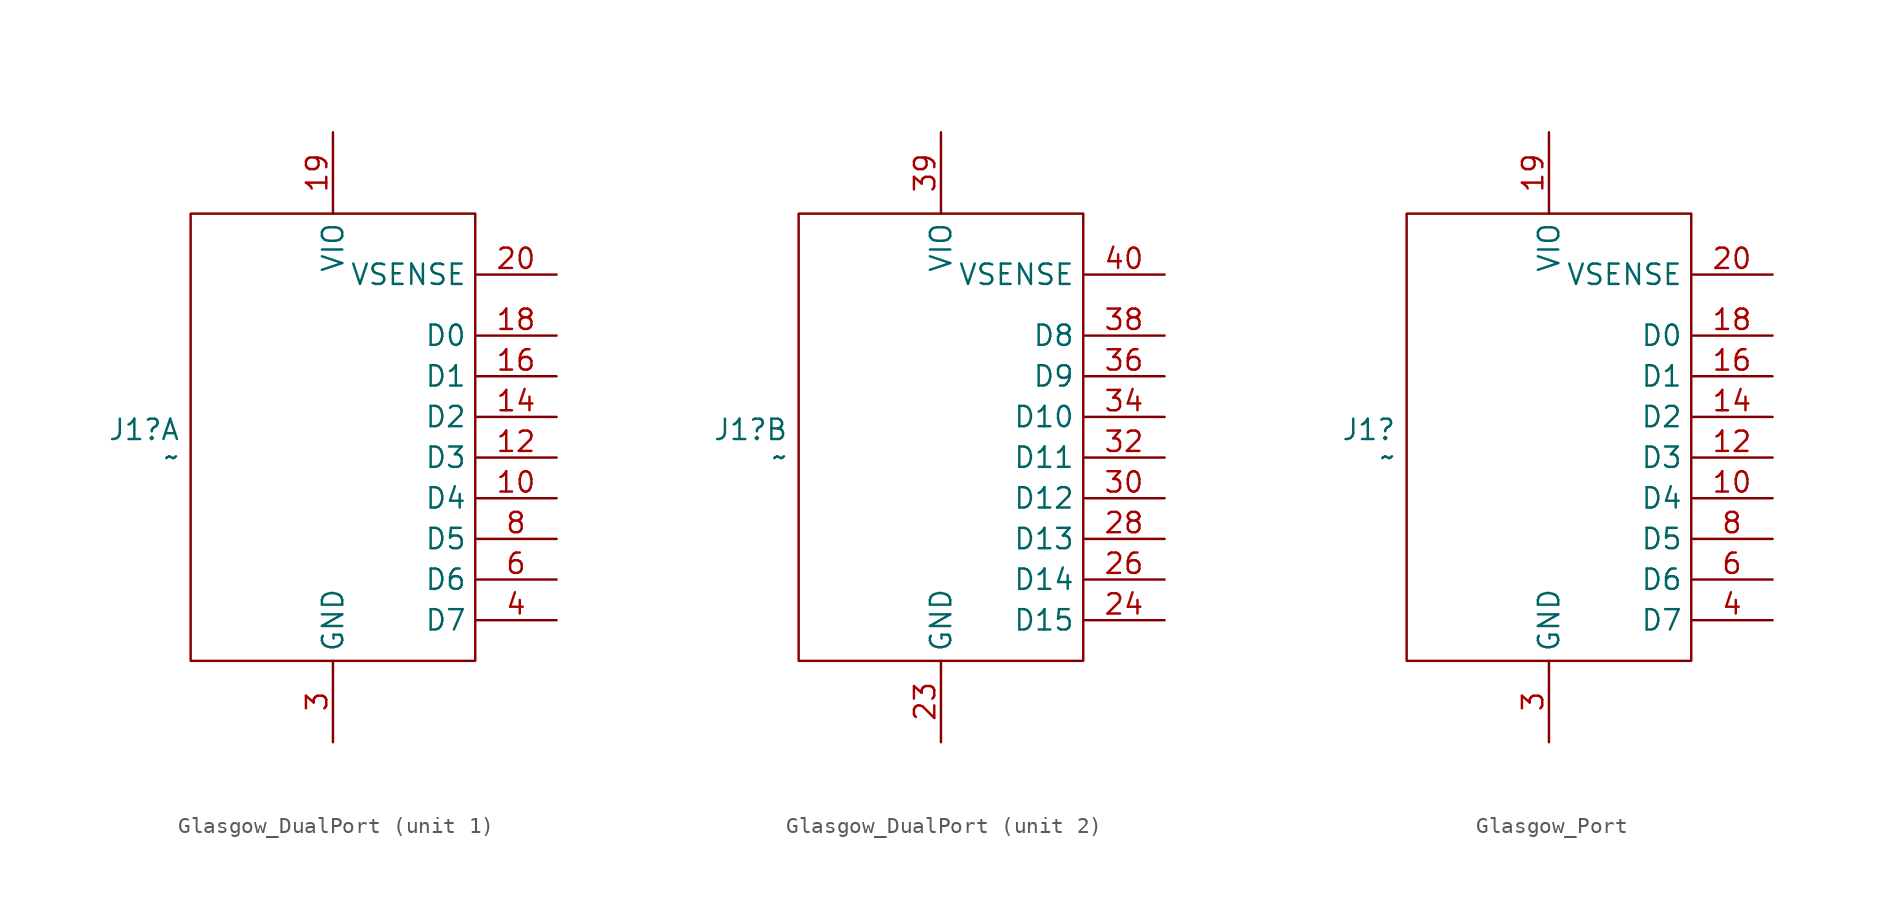
<source format=kicad_sym>
(kicad_symbol_lib
  (version 20231120)
  (generator "kicad_symbol_editor")
  (generator_version "8.0")
  (symbol "Glasgow_DualPort"
    (property "Reference" "J1"
      (at -9.525 0.469 0)
      (effects (font (size 1.27 1.27)) (justify right)))
    (property "Value" "~"
      (at -9.525 -1.212 0)
      (effects (font (size 1.27 1.27)) (justify right)))
    (symbol "Glasgow_DualPort_0_1"
      (rectangle (start -8.89 13.97) (end 8.89 -13.97) (stroke (width 0) (type default)) (fill (type none))))
    (symbol "Glasgow_DualPort_1_1"
      (pin no_connect line (at -13.97 -6.35 0) (length 5.08) hide (name "NC" (effects (font (size 1.27 1.27)))) (number "1" (effects (font (size 1.27 1.27)))))
      (pin bidirectional line (at 13.97 -3.81 180) (length 5.08) (name "D4" (effects (font (size 1.27 1.27)))) (number "10" (effects (font (size 1.27 1.27)))))
      (pin power_out line (at 0 -19.05 90) (length 5.08) hide (name "GND" (effects (font (size 1.27 1.27)))) (number "11" (effects (font (size 1.27 1.27)))))
      (pin bidirectional line (at 13.97 -1.27 180) (length 5.08) (name "D3" (effects (font (size 1.27 1.27)))) (number "12" (effects (font (size 1.27 1.27)))))
      (pin power_out line (at 0 -19.05 90) (length 5.08) hide (name "GND" (effects (font (size 1.27 1.27)))) (number "13" (effects (font (size 1.27 1.27)))))
      (pin bidirectional line (at 13.97 1.27 180) (length 5.08) (name "D2" (effects (font (size 1.27 1.27)))) (number "14" (effects (font (size 1.27 1.27)))))
      (pin power_out line (at 0 -19.05 90) (length 5.08) hide (name "GND" (effects (font (size 1.27 1.27)))) (number "15" (effects (font (size 1.27 1.27)))))
      (pin bidirectional line (at 13.97 3.81 180) (length 5.08) (name "D1" (effects (font (size 1.27 1.27)))) (number "16" (effects (font (size 1.27 1.27)))))
      (pin power_out line (at 0 -19.05 90) (length 5.08) hide (name "GND" (effects (font (size 1.27 1.27)))) (number "17" (effects (font (size 1.27 1.27)))))
      (pin bidirectional line (at 13.97 6.35 180) (length 5.08) (name "D0" (effects (font (size 1.27 1.27)))) (number "18" (effects (font (size 1.27 1.27)))))
      (pin power_out line (at 0 19.05 270) (length 5.08) (name "VIO" (effects (font (size 1.27 1.27)))) (number "19" (effects (font (size 1.27 1.27)))))
      (pin no_connect line (at -13.97 -8.89 0) (length 5.08) hide (name "NC" (effects (font (size 1.27 1.27)))) (number "2" (effects (font (size 1.27 1.27)))))
      (pin passive line (at 13.97 10.16 180) (length 5.08) (name "VSENSE" (effects (font (size 1.27 1.27)))) (number "20" (effects (font (size 1.27 1.27)))))
      (pin power_out line (at 0 -19.05 90) (length 5.08) (name "GND" (effects (font (size 1.27 1.27)))) (number "3" (effects (font (size 1.27 1.27)))))
      (pin bidirectional line (at 13.97 -11.43 180) (length 5.08) (name "D7" (effects (font (size 1.27 1.27)))) (number "4" (effects (font (size 1.27 1.27)))))
      (pin power_out line (at 0 -19.05 90) (length 5.08) hide (name "GND" (effects (font (size 1.27 1.27)))) (number "5" (effects (font (size 1.27 1.27)))))
      (pin bidirectional line (at 13.97 -8.89 180) (length 5.08) (name "D6" (effects (font (size 1.27 1.27)))) (number "6" (effects (font (size 1.27 1.27)))))
      (pin power_out line (at 0 -19.05 90) (length 5.08) hide (name "GND" (effects (font (size 1.27 1.27)))) (number "7" (effects (font (size 1.27 1.27)))))
      (pin bidirectional line (at 13.97 -6.35 180) (length 5.08) (name "D5" (effects (font (size 1.27 1.27)))) (number "8" (effects (font (size 1.27 1.27)))))
      (pin power_out line (at 0 -19.05 90) (length 5.08) hide (name "GND" (effects (font (size 1.27 1.27)))) (number "9" (effects (font (size 1.27 1.27))))))
    (symbol "Glasgow_DualPort_2_1"
      (pin no_connect line (at -13.97 -6.35 0) (length 5.08) hide (name "NC" (effects (font (size 1.27 1.27)))) (number "21" (effects (font (size 1.27 1.27)))))
      (pin no_connect line (at -13.97 -8.89 0) (length 5.08) hide (name "NC" (effects (font (size 1.27 1.27)))) (number "22" (effects (font (size 1.27 1.27)))))
      (pin power_out line (at 0 -19.05 90) (length 5.08) (name "GND" (effects (font (size 1.27 1.27)))) (number "23" (effects (font (size 1.27 1.27)))))
      (pin bidirectional line (at 13.97 -11.43 180) (length 5.08) (name "D15" (effects (font (size 1.27 1.27)))) (number "24" (effects (font (size 1.27 1.27)))))
      (pin power_out line (at 0 -19.05 90) (length 5.08) hide (name "GND" (effects (font (size 1.27 1.27)))) (number "25" (effects (font (size 1.27 1.27)))))
      (pin bidirectional line (at 13.97 -8.89 180) (length 5.08) (name "D14" (effects (font (size 1.27 1.27)))) (number "26" (effects (font (size 1.27 1.27)))))
      (pin power_out line (at 0 -19.05 90) (length 5.08) hide (name "GND" (effects (font (size 1.27 1.27)))) (number "27" (effects (font (size 1.27 1.27)))))
      (pin bidirectional line (at 13.97 -6.35 180) (length 5.08) (name "D13" (effects (font (size 1.27 1.27)))) (number "28" (effects (font (size 1.27 1.27)))))
      (pin power_out line (at 0 -19.05 90) (length 5.08) hide (name "GND" (effects (font (size 1.27 1.27)))) (number "29" (effects (font (size 1.27 1.27)))))
      (pin bidirectional line (at 13.97 -3.81 180) (length 5.08) (name "D12" (effects (font (size 1.27 1.27)))) (number "30" (effects (font (size 1.27 1.27)))))
      (pin power_out line (at 0 -19.05 90) (length 5.08) hide (name "GND" (effects (font (size 1.27 1.27)))) (number "31" (effects (font (size 1.27 1.27)))))
      (pin bidirectional line (at 13.97 -1.27 180) (length 5.08) (name "D11" (effects (font (size 1.27 1.27)))) (number "32" (effects (font (size 1.27 1.27)))))
      (pin power_out line (at 0 -19.05 90) (length 5.08) hide (name "GND" (effects (font (size 1.27 1.27)))) (number "33" (effects (font (size 1.27 1.27)))))
      (pin bidirectional line (at 13.97 1.27 180) (length 5.08) (name "D10" (effects (font (size 1.27 1.27)))) (number "34" (effects (font (size 1.27 1.27)))))
      (pin power_out line (at 0 -19.05 90) (length 5.08) hide (name "GND" (effects (font (size 1.27 1.27)))) (number "35" (effects (font (size 1.27 1.27)))))
      (pin bidirectional line (at 13.97 3.81 180) (length 5.08) (name "D9" (effects (font (size 1.27 1.27)))) (number "36" (effects (font (size 1.27 1.27)))))
      (pin power_out line (at 0 -19.05 90) (length 5.08) hide (name "GND" (effects (font (size 1.27 1.27)))) (number "37" (effects (font (size 1.27 1.27)))))
      (pin bidirectional line (at 13.97 6.35 180) (length 5.08) (name "D8" (effects (font (size 1.27 1.27)))) (number "38" (effects (font (size 1.27 1.27)))))
      (pin power_out line (at 0 19.05 270) (length 5.08) (name "VIO" (effects (font (size 1.27 1.27)))) (number "39" (effects (font (size 1.27 1.27)))))
      (pin passive line (at 13.97 10.16 180) (length 5.08) (name "VSENSE" (effects (font (size 1.27 1.27)))) (number "40" (effects (font (size 1.27 1.27)))))))
  (symbol "Glasgow_Port"
    (property "Reference" "J1"
      (at -9.525 0.469 0)
      (effects (font (size 1.27 1.27)) (justify right)))
    (property "Value" "~"
      (at -9.525 -1.212 0)
      (effects (font (size 1.27 1.27)) (justify right)))
    (symbol "Glasgow_Port_0_1"
      (rectangle (start 8.89 13.97) (end -8.89 -13.97) (stroke (width 0) (type default)) (fill (type none))))
    (symbol "Glasgow_Port_1_1"
      (pin no_connect line (at -13.97 -6.35 0) (length 5.08) hide (name "NC" (effects (font (size 1.27 1.27)))) (number "1" (effects (font (size 1.27 1.27)))))
      (pin bidirectional line (at 13.97 -3.81 180) (length 5.08) (name "D4" (effects (font (size 1.27 1.27)))) (number "10" (effects (font (size 1.27 1.27)))))
      (pin power_out line (at 0 -19.05 90) (length 5.08) hide (name "GND" (effects (font (size 1.27 1.27)))) (number "11" (effects (font (size 1.27 1.27)))))
      (pin bidirectional line (at 13.97 -1.27 180) (length 5.08) (name "D3" (effects (font (size 1.27 1.27)))) (number "12" (effects (font (size 1.27 1.27)))))
      (pin power_out line (at 0 -19.05 90) (length 5.08) hide (name "GND" (effects (font (size 1.27 1.27)))) (number "13" (effects (font (size 1.27 1.27)))))
      (pin bidirectional line (at 13.97 1.27 180) (length 5.08) (name "D2" (effects (font (size 1.27 1.27)))) (number "14" (effects (font (size 1.27 1.27)))))
      (pin power_out line (at 0 -19.05 90) (length 5.08) hide (name "GND" (effects (font (size 1.27 1.27)))) (number "15" (effects (font (size 1.27 1.27)))))
      (pin bidirectional line (at 13.97 3.81 180) (length 5.08) (name "D1" (effects (font (size 1.27 1.27)))) (number "16" (effects (font (size 1.27 1.27)))))
      (pin power_out line (at 0 -19.05 90) (length 5.08) hide (name "GND" (effects (font (size 1.27 1.27)))) (number "17" (effects (font (size 1.27 1.27)))))
      (pin bidirectional line (at 13.97 6.35 180) (length 5.08) (name "D0" (effects (font (size 1.27 1.27)))) (number "18" (effects (font (size 1.27 1.27)))))
      (pin power_out line (at 0 19.05 270) (length 5.08) (name "VIO" (effects (font (size 1.27 1.27)))) (number "19" (effects (font (size 1.27 1.27)))))
      (pin no_connect line (at -13.97 -8.89 0) (length 5.08) hide (name "NC" (effects (font (size 1.27 1.27)))) (number "2" (effects (font (size 1.27 1.27)))))
      (pin passive line (at 13.97 10.16 180) (length 5.08) (name "VSENSE" (effects (font (size 1.27 1.27)))) (number "20" (effects (font (size 1.27 1.27)))))
      (pin power_out line (at 0 -19.05 90) (length 5.08) (name "GND" (effects (font (size 1.27 1.27)))) (number "3" (effects (font (size 1.27 1.27)))))
      (pin bidirectional line (at 13.97 -11.43 180) (length 5.08) (name "D7" (effects (font (size 1.27 1.27)))) (number "4" (effects (font (size 1.27 1.27)))))
      (pin power_out line (at 0 -19.05 90) (length 5.08) hide (name "GND" (effects (font (size 1.27 1.27)))) (number "5" (effects (font (size 1.27 1.27)))))
      (pin bidirectional line (at 13.97 -8.89 180) (length 5.08) (name "D6" (effects (font (size 1.27 1.27)))) (number "6" (effects (font (size 1.27 1.27)))))
      (pin power_out line (at 0 -19.05 90) (length 5.08) hide (name "GND" (effects (font (size 1.27 1.27)))) (number "7" (effects (font (size 1.27 1.27)))))
      (pin bidirectional line (at 13.97 -6.35 180) (length 5.08) (name "D5" (effects (font (size 1.27 1.27)))) (number "8" (effects (font (size 1.27 1.27)))))
      (pin power_out line (at 0 -19.05 90) (length 5.08) hide (name "GND" (effects (font (size 1.27 1.27)))) (number "9" (effects (font (size 1.27 1.27))))))))
</source>
